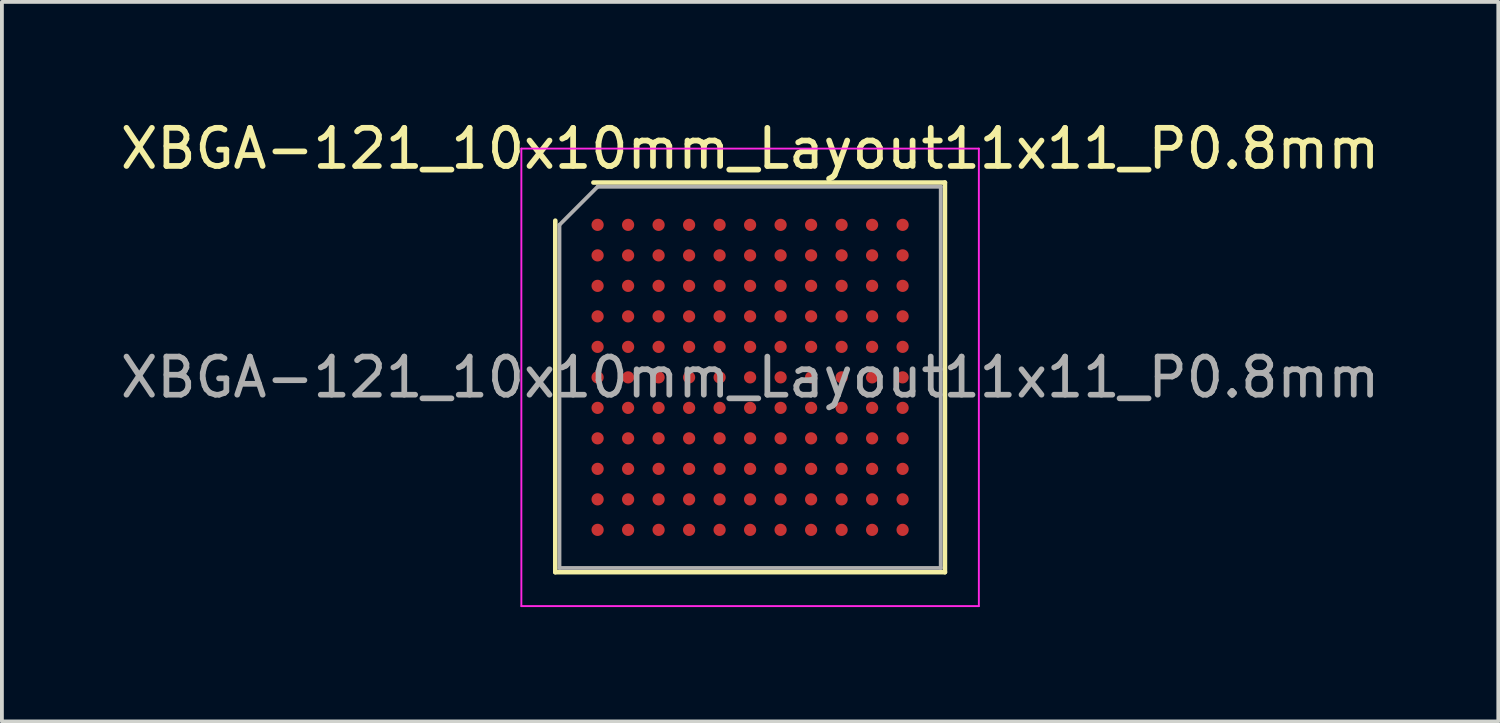
<source format=kicad_pcb>
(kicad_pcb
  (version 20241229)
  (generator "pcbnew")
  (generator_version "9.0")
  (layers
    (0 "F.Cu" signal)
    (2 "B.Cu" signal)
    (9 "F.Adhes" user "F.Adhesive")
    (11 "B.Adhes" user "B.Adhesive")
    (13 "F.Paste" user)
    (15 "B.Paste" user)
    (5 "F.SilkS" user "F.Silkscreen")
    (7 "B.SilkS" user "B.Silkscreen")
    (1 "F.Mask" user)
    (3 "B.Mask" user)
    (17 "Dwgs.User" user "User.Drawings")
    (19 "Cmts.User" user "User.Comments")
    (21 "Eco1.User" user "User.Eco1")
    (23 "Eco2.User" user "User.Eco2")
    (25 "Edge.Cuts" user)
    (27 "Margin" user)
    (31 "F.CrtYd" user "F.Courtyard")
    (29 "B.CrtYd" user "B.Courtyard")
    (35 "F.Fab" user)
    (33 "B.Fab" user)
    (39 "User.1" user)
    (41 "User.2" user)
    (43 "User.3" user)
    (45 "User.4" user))
  (footprint "XBGA-121_10x10mm_Layout11x11_P0.8mm"
    (layer "F.Cu")
    (at 16.625 6.848)
    (property "Reference" "XBGA-121_10x10mm_Layout11x11_P0.8mm" (at 0 -6 0) (layer "F.SilkS") (effects (font (size 1 1) (thickness 0.15))))
    (attr smd)
    (fp_line (start -5.11 5.11) (end -5.11 -4.11) (stroke (width 0.12) (type solid)) (layer "F.SilkS"))
    (fp_line (start -4.11 -5.11) (end 5.11 -5.11) (stroke (width 0.12) (type solid)) (layer "F.SilkS"))
    (fp_line (start 5.11 -5.11) (end 5.11 5.11) (stroke (width 0.12) (type solid)) (layer "F.SilkS"))
    (fp_line (start 5.11 5.11) (end -5.11 5.11) (stroke (width 0.12) (type solid)) (layer "F.SilkS"))
    (fp_line (start -6 -6) (end -6 6) (stroke (width 0.05) (type solid)) (layer "F.CrtYd"))
    (fp_line (start -6 6) (end 6 6) (stroke (width 0.05) (type solid)) (layer "F.CrtYd"))
    (fp_line (start 6 -6) (end -6 -6) (stroke (width 0.05) (type solid)) (layer "F.CrtYd"))
    (fp_line (start 6 6) (end 6 -6) (stroke (width 0.05) (type solid)) (layer "F.CrtYd"))
    (fp_line (start -5 -4) (end -4 -5) (stroke (width 0.1) (type solid)) (layer "F.Fab"))
    (fp_line (start -5 5) (end -5 -4) (stroke (width 0.1) (type solid)) (layer "F.Fab"))
    (fp_line (start -4 -5) (end 5 -5) (stroke (width 0.1) (type solid)) (layer "F.Fab"))
    (fp_line (start 5 -5) (end 5 5) (stroke (width 0.1) (type solid)) (layer "F.Fab"))
    (fp_line (start 5 5) (end -5 5) (stroke (width 0.1) (type solid)) (layer "F.Fab"))
    (fp_text user "${REFERENCE}" (at 0 0 0) (layer "F.Fab") (effects (font (size 1 1) (thickness 0.15))))
    (pad "A1" smd circle (at -4 -4) (size 0.32 0.32) (layers "F.Cu" "F.Mask" "F.Paste"))
    (pad "A2" smd circle (at -3.2 -4) (size 0.32 0.32) (layers "F.Cu" "F.Mask" "F.Paste"))
    (pad "A3" smd circle (at -2.4 -4) (size 0.32 0.32) (layers "F.Cu" "F.Mask" "F.Paste"))
    (pad "A4" smd circle (at -1.6 -4) (size 0.32 0.32) (layers "F.Cu" "F.Mask" "F.Paste"))
    (pad "A5" smd circle (at -0.8 -4) (size 0.32 0.32) (layers "F.Cu" "F.Mask" "F.Paste"))
    (pad "A6" smd circle (at 0 -4) (size 0.32 0.32) (layers "F.Cu" "F.Mask" "F.Paste"))
    (pad "A7" smd circle (at 0.8 -4) (size 0.32 0.32) (layers "F.Cu" "F.Mask" "F.Paste"))
    (pad "A8" smd circle (at 1.6 -4) (size 0.32 0.32) (layers "F.Cu" "F.Mask" "F.Paste"))
    (pad "A9" smd circle (at 2.4 -4) (size 0.32 0.32) (layers "F.Cu" "F.Mask" "F.Paste"))
    (pad "A10" smd circle (at 3.2 -4) (size 0.32 0.32) (layers "F.Cu" "F.Mask" "F.Paste"))
    (pad "A11" smd circle (at 4 -4) (size 0.32 0.32) (layers "F.Cu" "F.Mask" "F.Paste"))
    (pad "B1" smd circle (at -4 -3.2) (size 0.32 0.32) (layers "F.Cu" "F.Mask" "F.Paste"))
    (pad "B2" smd circle (at -3.2 -3.2) (size 0.32 0.32) (layers "F.Cu" "F.Mask" "F.Paste"))
    (pad "B3" smd circle (at -2.4 -3.2) (size 0.32 0.32) (layers "F.Cu" "F.Mask" "F.Paste"))
    (pad "B4" smd circle (at -1.6 -3.2) (size 0.32 0.32) (layers "F.Cu" "F.Mask" "F.Paste"))
    (pad "B5" smd circle (at -0.8 -3.2) (size 0.32 0.32) (layers "F.Cu" "F.Mask" "F.Paste"))
    (pad "B6" smd circle (at 0 -3.2) (size 0.32 0.32) (layers "F.Cu" "F.Mask" "F.Paste"))
    (pad "B7" smd circle (at 0.8 -3.2) (size 0.32 0.32) (layers "F.Cu" "F.Mask" "F.Paste"))
    (pad "B8" smd circle (at 1.6 -3.2) (size 0.32 0.32) (layers "F.Cu" "F.Mask" "F.Paste"))
    (pad "B9" smd circle (at 2.4 -3.2) (size 0.32 0.32) (layers "F.Cu" "F.Mask" "F.Paste"))
    (pad "B10" smd circle (at 3.2 -3.2) (size 0.32 0.32) (layers "F.Cu" "F.Mask" "F.Paste"))
    (pad "B11" smd circle (at 4 -3.2) (size 0.32 0.32) (layers "F.Cu" "F.Mask" "F.Paste"))
    (pad "C1" smd circle (at -4 -2.4) (size 0.32 0.32) (layers "F.Cu" "F.Mask" "F.Paste"))
    (pad "C2" smd circle (at -3.2 -2.4) (size 0.32 0.32) (layers "F.Cu" "F.Mask" "F.Paste"))
    (pad "C3" smd circle (at -2.4 -2.4) (size 0.32 0.32) (layers "F.Cu" "F.Mask" "F.Paste"))
    (pad "C4" smd circle (at -1.6 -2.4) (size 0.32 0.32) (layers "F.Cu" "F.Mask" "F.Paste"))
    (pad "C5" smd circle (at -0.8 -2.4) (size 0.32 0.32) (layers "F.Cu" "F.Mask" "F.Paste"))
    (pad "C6" smd circle (at 0 -2.4) (size 0.32 0.32) (layers "F.Cu" "F.Mask" "F.Paste"))
    (pad "C7" smd circle (at 0.8 -2.4) (size 0.32 0.32) (layers "F.Cu" "F.Mask" "F.Paste"))
    (pad "C8" smd circle (at 1.6 -2.4) (size 0.32 0.32) (layers "F.Cu" "F.Mask" "F.Paste"))
    (pad "C9" smd circle (at 2.4 -2.4) (size 0.32 0.32) (layers "F.Cu" "F.Mask" "F.Paste"))
    (pad "C10" smd circle (at 3.2 -2.4) (size 0.32 0.32) (layers "F.Cu" "F.Mask" "F.Paste"))
    (pad "C11" smd circle (at 4 -2.4) (size 0.32 0.32) (layers "F.Cu" "F.Mask" "F.Paste"))
    (pad "D1" smd circle (at -4 -1.6) (size 0.32 0.32) (layers "F.Cu" "F.Mask" "F.Paste"))
    (pad "D2" smd circle (at -3.2 -1.6) (size 0.32 0.32) (layers "F.Cu" "F.Mask" "F.Paste"))
    (pad "D3" smd circle (at -2.4 -1.6) (size 0.32 0.32) (layers "F.Cu" "F.Mask" "F.Paste"))
    (pad "D4" smd circle (at -1.6 -1.6) (size 0.32 0.32) (layers "F.Cu" "F.Mask" "F.Paste"))
    (pad "D5" smd circle (at -0.8 -1.6) (size 0.32 0.32) (layers "F.Cu" "F.Mask" "F.Paste"))
    (pad "D6" smd circle (at 0 -1.6) (size 0.32 0.32) (layers "F.Cu" "F.Mask" "F.Paste"))
    (pad "D7" smd circle (at 0.8 -1.6) (size 0.32 0.32) (layers "F.Cu" "F.Mask" "F.Paste"))
    (pad "D8" smd circle (at 1.6 -1.6) (size 0.32 0.32) (layers "F.Cu" "F.Mask" "F.Paste"))
    (pad "D9" smd circle (at 2.4 -1.6) (size 0.32 0.32) (layers "F.Cu" "F.Mask" "F.Paste"))
    (pad "D10" smd circle (at 3.2 -1.6) (size 0.32 0.32) (layers "F.Cu" "F.Mask" "F.Paste"))
    (pad "D11" smd circle (at 4 -1.6) (size 0.32 0.32) (layers "F.Cu" "F.Mask" "F.Paste"))
    (pad "E1" smd circle (at -4 -0.8) (size 0.32 0.32) (layers "F.Cu" "F.Mask" "F.Paste"))
    (pad "E2" smd circle (at -3.2 -0.8) (size 0.32 0.32) (layers "F.Cu" "F.Mask" "F.Paste"))
    (pad "E3" smd circle (at -2.4 -0.8) (size 0.32 0.32) (layers "F.Cu" "F.Mask" "F.Paste"))
    (pad "E4" smd circle (at -1.6 -0.8) (size 0.32 0.32) (layers "F.Cu" "F.Mask" "F.Paste"))
    (pad "E5" smd circle (at -0.8 -0.8) (size 0.32 0.32) (layers "F.Cu" "F.Mask" "F.Paste"))
    (pad "E6" smd circle (at 0 -0.8) (size 0.32 0.32) (layers "F.Cu" "F.Mask" "F.Paste"))
    (pad "E7" smd circle (at 0.8 -0.8) (size 0.32 0.32) (layers "F.Cu" "F.Mask" "F.Paste"))
    (pad "E8" smd circle (at 1.6 -0.8) (size 0.32 0.32) (layers "F.Cu" "F.Mask" "F.Paste"))
    (pad "E9" smd circle (at 2.4 -0.8) (size 0.32 0.32) (layers "F.Cu" "F.Mask" "F.Paste"))
    (pad "E10" smd circle (at 3.2 -0.8) (size 0.32 0.32) (layers "F.Cu" "F.Mask" "F.Paste"))
    (pad "E11" smd circle (at 4 -0.8) (size 0.32 0.32) (layers "F.Cu" "F.Mask" "F.Paste"))
    (pad "F1" smd circle (at -4 0) (size 0.32 0.32) (layers "F.Cu" "F.Mask" "F.Paste"))
    (pad "F2" smd circle (at -3.2 0) (size 0.32 0.32) (layers "F.Cu" "F.Mask" "F.Paste"))
    (pad "F3" smd circle (at -2.4 0) (size 0.32 0.32) (layers "F.Cu" "F.Mask" "F.Paste"))
    (pad "F4" smd circle (at -1.6 0) (size 0.32 0.32) (layers "F.Cu" "F.Mask" "F.Paste"))
    (pad "F5" smd circle (at -0.8 0) (size 0.32 0.32) (layers "F.Cu" "F.Mask" "F.Paste"))
    (pad "F6" smd circle (at 0 0) (size 0.32 0.32) (layers "F.Cu" "F.Mask" "F.Paste"))
    (pad "F7" smd circle (at 0.8 0) (size 0.32 0.32) (layers "F.Cu" "F.Mask" "F.Paste"))
    (pad "F8" smd circle (at 1.6 0) (size 0.32 0.32) (layers "F.Cu" "F.Mask" "F.Paste"))
    (pad "F9" smd circle (at 2.4 0) (size 0.32 0.32) (layers "F.Cu" "F.Mask" "F.Paste"))
    (pad "F10" smd circle (at 3.2 0) (size 0.32 0.32) (layers "F.Cu" "F.Mask" "F.Paste"))
    (pad "F11" smd circle (at 4 0) (size 0.32 0.32) (layers "F.Cu" "F.Mask" "F.Paste"))
    (pad "G1" smd circle (at -4 0.8) (size 0.32 0.32) (layers "F.Cu" "F.Mask" "F.Paste"))
    (pad "G2" smd circle (at -3.2 0.8) (size 0.32 0.32) (layers "F.Cu" "F.Mask" "F.Paste"))
    (pad "G3" smd circle (at -2.4 0.8) (size 0.32 0.32) (layers "F.Cu" "F.Mask" "F.Paste"))
    (pad "G4" smd circle (at -1.6 0.8) (size 0.32 0.32) (layers "F.Cu" "F.Mask" "F.Paste"))
    (pad "G5" smd circle (at -0.8 0.8) (size 0.32 0.32) (layers "F.Cu" "F.Mask" "F.Paste"))
    (pad "G6" smd circle (at 0 0.8) (size 0.32 0.32) (layers "F.Cu" "F.Mask" "F.Paste"))
    (pad "G7" smd circle (at 0.8 0.8) (size 0.32 0.32) (layers "F.Cu" "F.Mask" "F.Paste"))
    (pad "G8" smd circle (at 1.6 0.8) (size 0.32 0.32) (layers "F.Cu" "F.Mask" "F.Paste"))
    (pad "G9" smd circle (at 2.4 0.8) (size 0.32 0.32) (layers "F.Cu" "F.Mask" "F.Paste"))
    (pad "G10" smd circle (at 3.2 0.8) (size 0.32 0.32) (layers "F.Cu" "F.Mask" "F.Paste"))
    (pad "G11" smd circle (at 4 0.8) (size 0.32 0.32) (layers "F.Cu" "F.Mask" "F.Paste"))
    (pad "H1" smd circle (at -4 1.6) (size 0.32 0.32) (layers "F.Cu" "F.Mask" "F.Paste"))
    (pad "H2" smd circle (at -3.2 1.6) (size 0.32 0.32) (layers "F.Cu" "F.Mask" "F.Paste"))
    (pad "H3" smd circle (at -2.4 1.6) (size 0.32 0.32) (layers "F.Cu" "F.Mask" "F.Paste"))
    (pad "H4" smd circle (at -1.6 1.6) (size 0.32 0.32) (layers "F.Cu" "F.Mask" "F.Paste"))
    (pad "H5" smd circle (at -0.8 1.6) (size 0.32 0.32) (layers "F.Cu" "F.Mask" "F.Paste"))
    (pad "H6" smd circle (at 0 1.6) (size 0.32 0.32) (layers "F.Cu" "F.Mask" "F.Paste"))
    (pad "H7" smd circle (at 0.8 1.6) (size 0.32 0.32) (layers "F.Cu" "F.Mask" "F.Paste"))
    (pad "H8" smd circle (at 1.6 1.6) (size 0.32 0.32) (layers "F.Cu" "F.Mask" "F.Paste"))
    (pad "H9" smd circle (at 2.4 1.6) (size 0.32 0.32) (layers "F.Cu" "F.Mask" "F.Paste"))
    (pad "H10" smd circle (at 3.2 1.6) (size 0.32 0.32) (layers "F.Cu" "F.Mask" "F.Paste"))
    (pad "H11" smd circle (at 4 1.6) (size 0.32 0.32) (layers "F.Cu" "F.Mask" "F.Paste"))
    (pad "J1" smd circle (at -4 2.4) (size 0.32 0.32) (layers "F.Cu" "F.Mask" "F.Paste"))
    (pad "J2" smd circle (at -3.2 2.4) (size 0.32 0.32) (layers "F.Cu" "F.Mask" "F.Paste"))
    (pad "J3" smd circle (at -2.4 2.4) (size 0.32 0.32) (layers "F.Cu" "F.Mask" "F.Paste"))
    (pad "J4" smd circle (at -1.6 2.4) (size 0.32 0.32) (layers "F.Cu" "F.Mask" "F.Paste"))
    (pad "J5" smd circle (at -0.8 2.4) (size 0.32 0.32) (layers "F.Cu" "F.Mask" "F.Paste"))
    (pad "J6" smd circle (at 0 2.4) (size 0.32 0.32) (layers "F.Cu" "F.Mask" "F.Paste"))
    (pad "J7" smd circle (at 0.8 2.4) (size 0.32 0.32) (layers "F.Cu" "F.Mask" "F.Paste"))
    (pad "J8" smd circle (at 1.6 2.4) (size 0.32 0.32) (layers "F.Cu" "F.Mask" "F.Paste"))
    (pad "J9" smd circle (at 2.4 2.4) (size 0.32 0.32) (layers "F.Cu" "F.Mask" "F.Paste"))
    (pad "J10" smd circle (at 3.2 2.4) (size 0.32 0.32) (layers "F.Cu" "F.Mask" "F.Paste"))
    (pad "J11" smd circle (at 4 2.4) (size 0.32 0.32) (layers "F.Cu" "F.Mask" "F.Paste"))
    (pad "K1" smd circle (at -4 3.2) (size 0.32 0.32) (layers "F.Cu" "F.Mask" "F.Paste"))
    (pad "K2" smd circle (at -3.2 3.2) (size 0.32 0.32) (layers "F.Cu" "F.Mask" "F.Paste"))
    (pad "K3" smd circle (at -2.4 3.2) (size 0.32 0.32) (layers "F.Cu" "F.Mask" "F.Paste"))
    (pad "K4" smd circle (at -1.6 3.2) (size 0.32 0.32) (layers "F.Cu" "F.Mask" "F.Paste"))
    (pad "K5" smd circle (at -0.8 3.2) (size 0.32 0.32) (layers "F.Cu" "F.Mask" "F.Paste"))
    (pad "K6" smd circle (at 0 3.2) (size 0.32 0.32) (layers "F.Cu" "F.Mask" "F.Paste"))
    (pad "K7" smd circle (at 0.8 3.2) (size 0.32 0.32) (layers "F.Cu" "F.Mask" "F.Paste"))
    (pad "K8" smd circle (at 1.6 3.2) (size 0.32 0.32) (layers "F.Cu" "F.Mask" "F.Paste"))
    (pad "K9" smd circle (at 2.4 3.2) (size 0.32 0.32) (layers "F.Cu" "F.Mask" "F.Paste"))
    (pad "K10" smd circle (at 3.2 3.2) (size 0.32 0.32) (layers "F.Cu" "F.Mask" "F.Paste"))
    (pad "K11" smd circle (at 4 3.2) (size 0.32 0.32) (layers "F.Cu" "F.Mask" "F.Paste"))
    (pad "L1" smd circle (at -4 4) (size 0.32 0.32) (layers "F.Cu" "F.Mask" "F.Paste"))
    (pad "L2" smd circle (at -3.2 4) (size 0.32 0.32) (layers "F.Cu" "F.Mask" "F.Paste"))
    (pad "L3" smd circle (at -2.4 4) (size 0.32 0.32) (layers "F.Cu" "F.Mask" "F.Paste"))
    (pad "L4" smd circle (at -1.6 4) (size 0.32 0.32) (layers "F.Cu" "F.Mask" "F.Paste"))
    (pad "L5" smd circle (at -0.8 4) (size 0.32 0.32) (layers "F.Cu" "F.Mask" "F.Paste"))
    (pad "L6" smd circle (at 0 4) (size 0.32 0.32) (layers "F.Cu" "F.Mask" "F.Paste"))
    (pad "L7" smd circle (at 0.8 4) (size 0.32 0.32) (layers "F.Cu" "F.Mask" "F.Paste"))
    (pad "L8" smd circle (at 1.6 4) (size 0.32 0.32) (layers "F.Cu" "F.Mask" "F.Paste"))
    (pad "L9" smd circle (at 2.4 4) (size 0.32 0.32) (layers "F.Cu" "F.Mask" "F.Paste"))
    (pad "L10" smd circle (at 3.2 4) (size 0.32 0.32) (layers "F.Cu" "F.Mask" "F.Paste"))
    (pad "L11" smd circle (at 4 4) (size 0.32 0.32) (layers "F.Cu" "F.Mask" "F.Paste")))
  (gr_rect
    (start -3 -3)
    (end 36.25 15.873)
    (stroke (width 0.1) (type default))
    (fill no)
    (layer "Edge.Cuts")))
</source>
